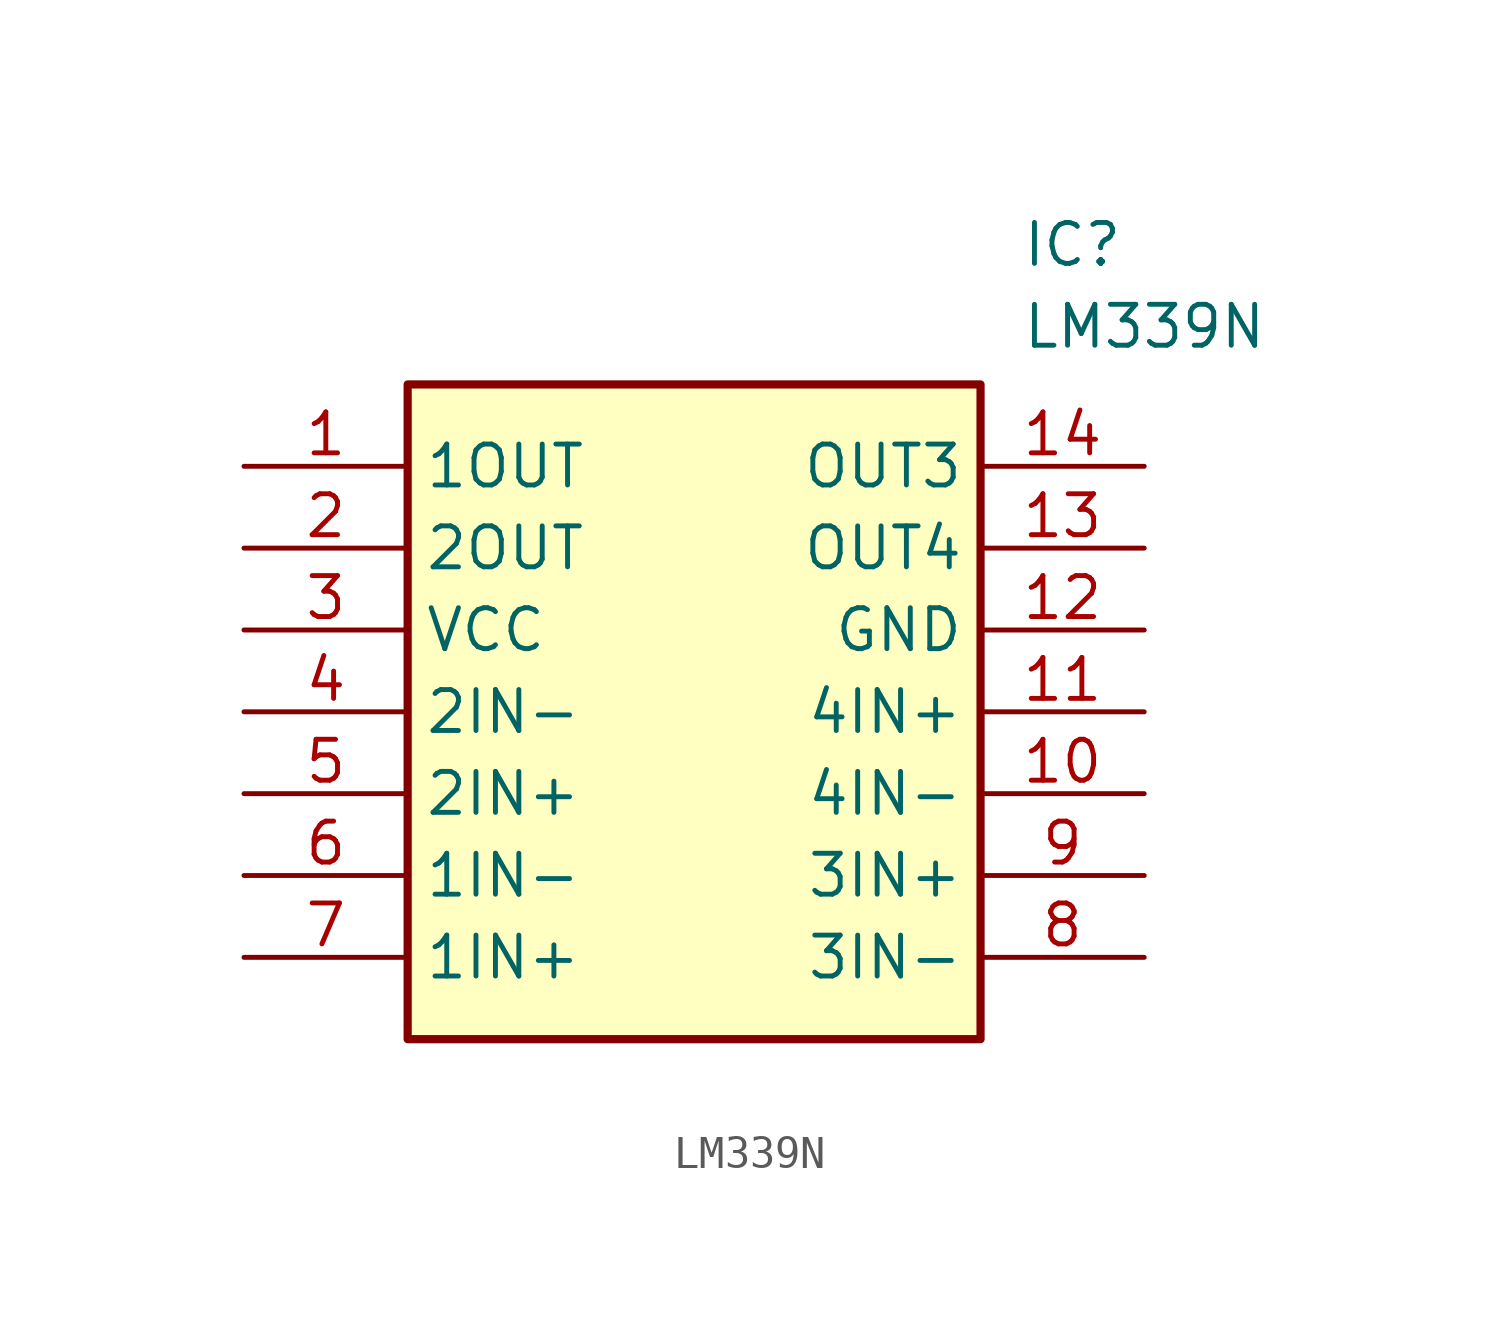
<source format=kicad_sym>
(kicad_symbol_lib
  (version 20211014)
  (generator SamacSys_ECAD_Model)
  (symbol "LM339N"
    (property "Reference" "IC"
      (at 24.13 7.62 0)
      (effects (font (size 1.27 1.27)) (justify left top)))
    (property "Value" "LM339N"
      (at 24.13 5.08 0)
      (effects (font (size 1.27 1.27)) (justify left top)))
    (rectangle
      (start 5.08 2.54)
      (end 22.86 -17.78)
      (stroke (width 0.254) (type default))
      (fill (type background)))
    (pin passive line
      (at 0 0 0)
      (length 5.08)
      (name "1OUT" (effects (font (size 1.27 1.27))))
      (number "1" (effects (font (size 1.27 1.27)))))
    (pin passive line
      (at 0 -2.54 0)
      (length 5.08)
      (name "2OUT" (effects (font (size 1.27 1.27))))
      (number "2" (effects (font (size 1.27 1.27)))))
    (pin passive line
      (at 0 -5.08 0)
      (length 5.08)
      (name "VCC" (effects (font (size 1.27 1.27))))
      (number "3" (effects (font (size 1.27 1.27)))))
    (pin passive line
      (at 0 -7.62 0)
      (length 5.08)
      (name "2IN-" (effects (font (size 1.27 1.27))))
      (number "4" (effects (font (size 1.27 1.27)))))
    (pin passive line
      (at 0 -10.16 0)
      (length 5.08)
      (name "2IN+" (effects (font (size 1.27 1.27))))
      (number "5" (effects (font (size 1.27 1.27)))))
    (pin passive line
      (at 0 -12.7 0)
      (length 5.08)
      (name "1IN-" (effects (font (size 1.27 1.27))))
      (number "6" (effects (font (size 1.27 1.27)))))
    (pin passive line
      (at 0 -15.24 0)
      (length 5.08)
      (name "1IN+" (effects (font (size 1.27 1.27))))
      (number "7" (effects (font (size 1.27 1.27)))))
    (pin passive line
      (at 27.94 0 180)
      (length 5.08)
      (name "OUT3" (effects (font (size 1.27 1.27))))
      (number "14" (effects (font (size 1.27 1.27)))))
    (pin passive line
      (at 27.94 -2.54 180)
      (length 5.08)
      (name "OUT4" (effects (font (size 1.27 1.27))))
      (number "13" (effects (font (size 1.27 1.27)))))
    (pin passive line
      (at 27.94 -5.08 180)
      (length 5.08)
      (name "GND" (effects (font (size 1.27 1.27))))
      (number "12" (effects (font (size 1.27 1.27)))))
    (pin passive line
      (at 27.94 -7.62 180)
      (length 5.08)
      (name "4IN+" (effects (font (size 1.27 1.27))))
      (number "11" (effects (font (size 1.27 1.27)))))
    (pin passive line
      (at 27.94 -10.16 180)
      (length 5.08)
      (name "4IN-" (effects (font (size 1.27 1.27))))
      (number "10" (effects (font (size 1.27 1.27)))))
    (pin passive line
      (at 27.94 -12.7 180)
      (length 5.08)
      (name "3IN+" (effects (font (size 1.27 1.27))))
      (number "9" (effects (font (size 1.27 1.27)))))
    (pin passive line
      (at 27.94 -15.24 180)
      (length 5.08)
      (name "3IN-" (effects (font (size 1.27 1.27))))
      (number "8" (effects (font (size 1.27 1.27)))))))
</source>
